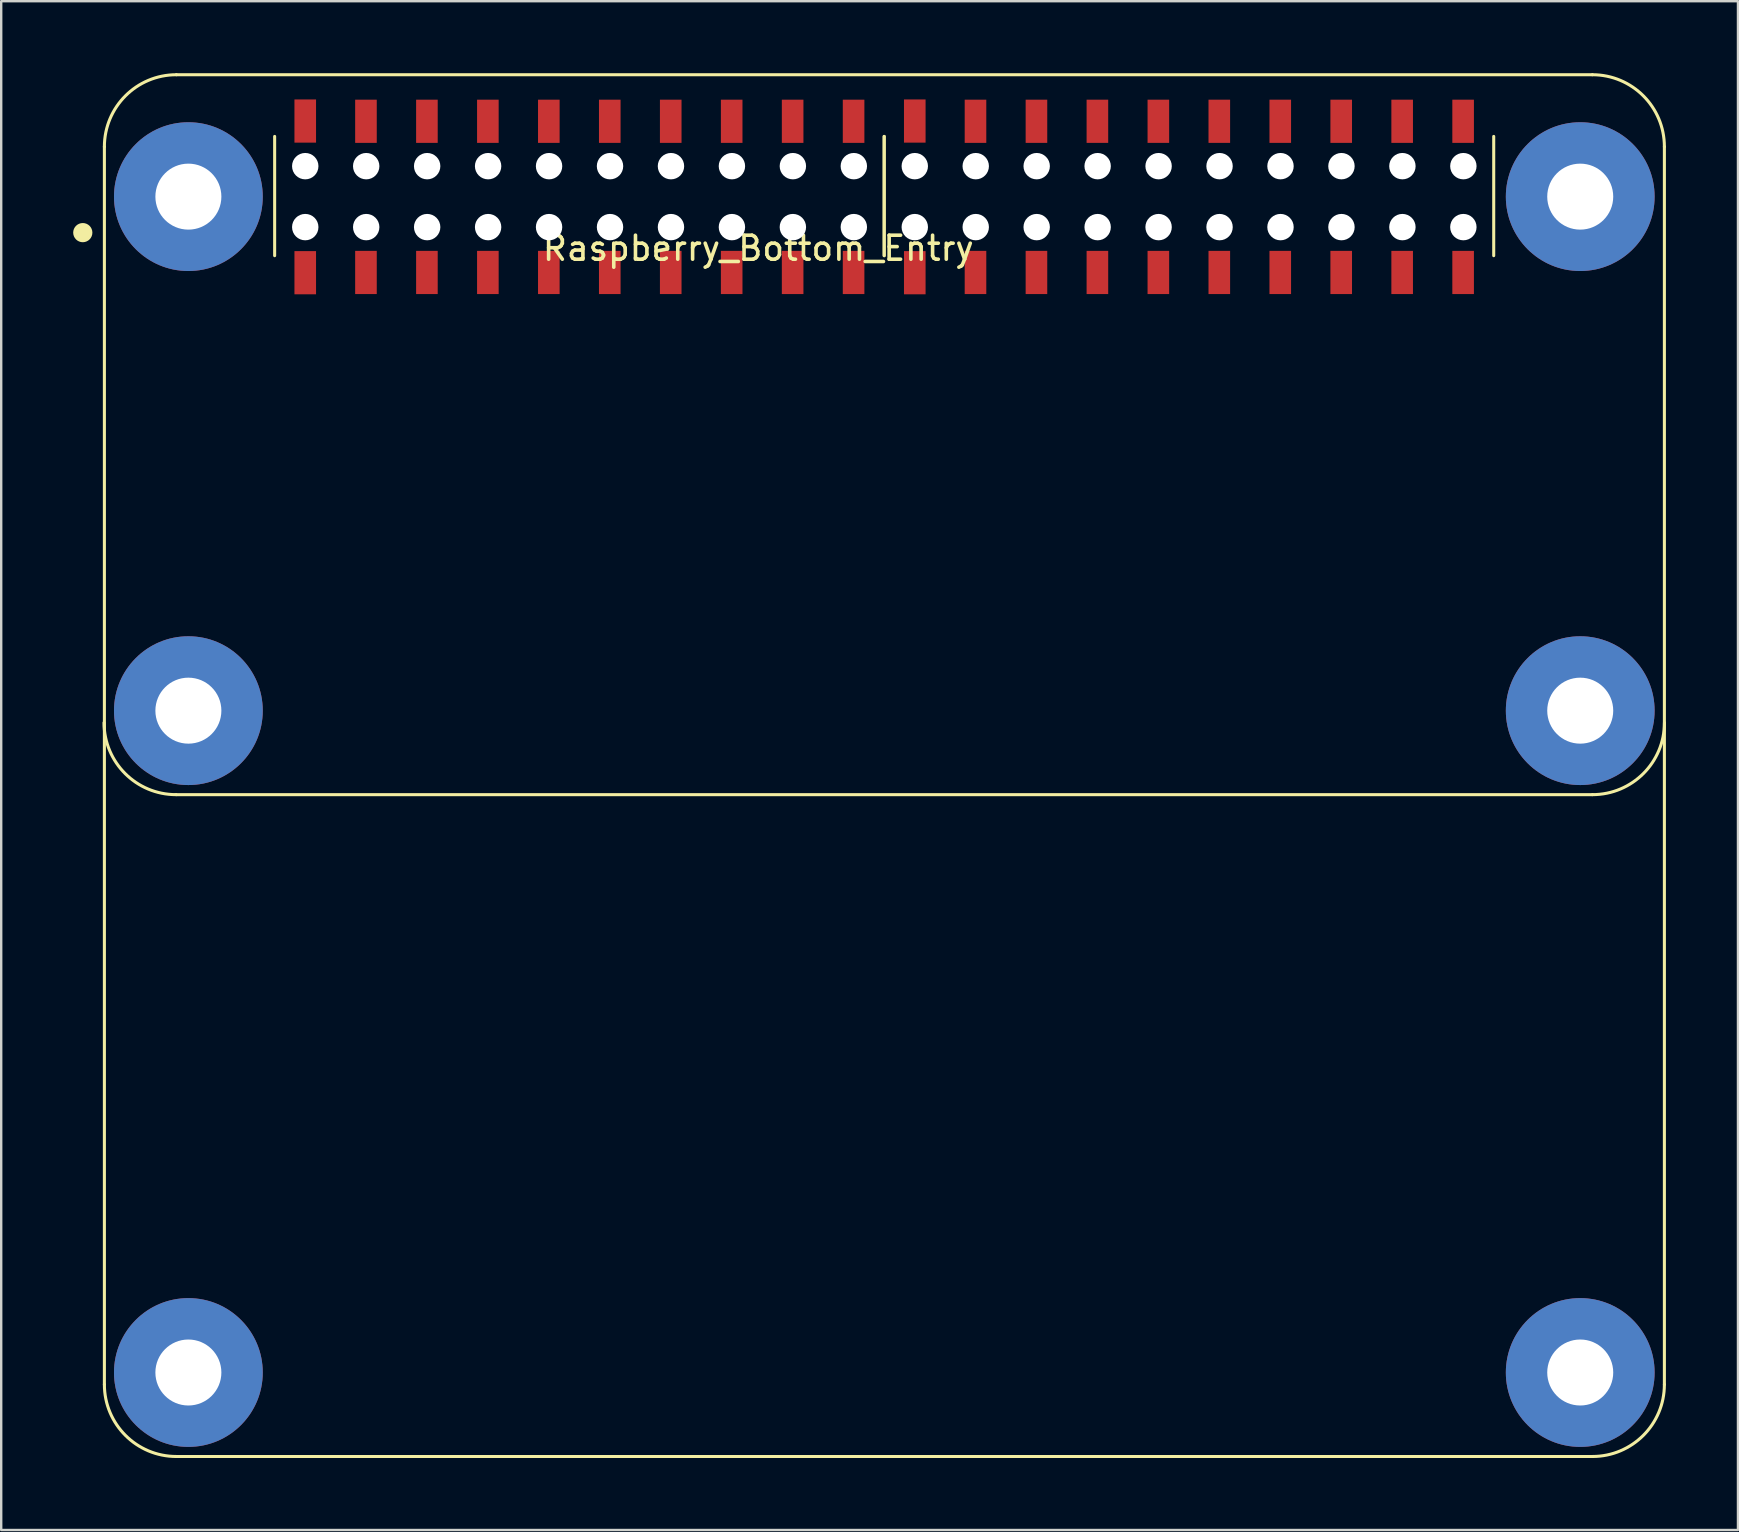
<source format=kicad_pcb>
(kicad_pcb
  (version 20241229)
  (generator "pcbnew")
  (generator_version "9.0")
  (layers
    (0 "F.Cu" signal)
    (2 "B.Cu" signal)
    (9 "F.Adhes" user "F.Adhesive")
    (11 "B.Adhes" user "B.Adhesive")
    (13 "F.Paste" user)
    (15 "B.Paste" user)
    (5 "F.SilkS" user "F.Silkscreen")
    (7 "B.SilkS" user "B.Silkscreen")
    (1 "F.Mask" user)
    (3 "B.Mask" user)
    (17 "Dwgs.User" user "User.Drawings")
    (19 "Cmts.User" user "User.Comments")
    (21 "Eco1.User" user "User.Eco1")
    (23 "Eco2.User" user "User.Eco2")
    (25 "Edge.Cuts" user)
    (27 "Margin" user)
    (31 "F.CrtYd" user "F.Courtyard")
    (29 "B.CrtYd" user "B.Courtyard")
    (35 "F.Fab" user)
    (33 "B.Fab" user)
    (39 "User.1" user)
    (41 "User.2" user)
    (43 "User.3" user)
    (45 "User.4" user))
  (footprint "Raspberry_Bottom_Entry"
    (layer "F.Cu")
    (at 32.525 24.194)
    (property "Reference" "Raspberry_Bottom_Entry" (at -3.975 -16.898 0) (layer "F.SilkS") (effects (font (size 1 1) (thickness 0.15))))
    (attr smd)
    (fp_line (start -31.225 -21.13) (end -31.225 30.45) (stroke (width 0.127) (type solid)) (layer "F.SilkS"))
    (fp_line (start -28.239 5.87) (end 30.785 5.87) (stroke (width 0.127) (type solid)) (layer "F.SilkS"))
    (fp_line (start -28.225 33.45) (end 30.782 33.45) (stroke (width 0.127) (type solid)) (layer "F.SilkS"))
    (fp_line (start -24.13 -21.56) (end -24.13 -16.59) (stroke (width 0.127) (type solid)) (layer "F.SilkS"))
    (fp_line (start 1.27 -21.56) (end 1.27 -16.59) (stroke (width 0.127) (type solid)) (layer "F.SilkS"))
    (fp_line (start 1.27 -16.59) (end 1.27 -21.56) (stroke (width 0.127) (type solid)) (layer "F.SilkS"))
    (fp_line (start 26.67 -16.59) (end 26.67 -21.56) (stroke (width 0.127) (type solid)) (layer "F.SilkS"))
    (fp_line (start 30.782 -24.13) (end -28.225 -24.13) (stroke (width 0.127) (type solid)) (layer "F.SilkS"))
    (fp_line (start 33.782 30.45) (end 33.782 -21.13) (stroke (width 0.127) (type solid)) (layer "F.SilkS"))
    (fp_arc (start -31.225 -21.13) (mid -30.34632 -23.25132) (end -28.225 -24.13) (stroke (width 0.127) (type solid)) (layer "F.SilkS"))
    (fp_arc (start -28.2392 5.87) (mid -30.36052 4.99132) (end -31.2392 2.87) (stroke (width 0.127) (type solid)) (layer "F.SilkS"))
    (fp_arc (start -28.225 33.45) (mid -30.34632 32.57132) (end -31.225 30.45) (stroke (width 0.127) (type solid)) (layer "F.SilkS"))
    (fp_arc (start 30.782 -24.13) (mid 32.90332 -23.25132) (end 33.782 -21.13) (stroke (width 0.127) (type solid)) (layer "F.SilkS"))
    (fp_arc (start 33.782 30.45) (mid 32.90332 32.57132) (end 30.782 33.45) (stroke (width 0.127) (type solid)) (layer "F.SilkS"))
    (fp_arc (start 33.7848 2.87) (mid 32.90612 4.99132) (end 30.7848 5.87) (stroke (width 0.127) (type solid)) (layer "F.SilkS"))
    (fp_circle (center -32.125 -17.55) (end -31.925 -17.55) (stroke (width 0.4) (type solid)) (fill no) (layer "F.SilkS"))
    (pad "" np_thru_hole circle (at -22.855 -20.32) (size 1.1 1.1) (drill 1.1) (layers "*.Cu" "*.Mask"))
    (pad "" np_thru_hole circle (at -22.855 -17.78) (size 1.1 1.1) (drill 1.1) (layers "*.Cu" "*.Mask"))
    (pad "" np_thru_hole circle (at -20.315 -20.32) (size 1.1 1.1) (drill 1.1) (layers "*.Cu" "*.Mask"))
    (pad "" np_thru_hole circle (at -20.315 -17.78) (size 1.1 1.1) (drill 1.1) (layers "*.Cu" "*.Mask"))
    (pad "" np_thru_hole circle (at -17.775 -20.32) (size 1.1 1.1) (drill 1.1) (layers "*.Cu" "*.Mask"))
    (pad "" np_thru_hole circle (at -17.775 -17.78) (size 1.1 1.1) (drill 1.1) (layers "*.Cu" "*.Mask"))
    (pad "" np_thru_hole circle (at -15.235 -20.32) (size 1.1 1.1) (drill 1.1) (layers "*.Cu" "*.Mask"))
    (pad "" np_thru_hole circle (at -15.235 -17.78) (size 1.1 1.1) (drill 1.1) (layers "*.Cu" "*.Mask"))
    (pad "" np_thru_hole circle (at -12.695 -20.32) (size 1.1 1.1) (drill 1.1) (layers "*.Cu" "*.Mask"))
    (pad "" np_thru_hole circle (at -12.695 -17.78) (size 1.1 1.1) (drill 1.1) (layers "*.Cu" "*.Mask"))
    (pad "" np_thru_hole circle (at -10.155 -20.32) (size 1.1 1.1) (drill 1.1) (layers "*.Cu" "*.Mask"))
    (pad "" np_thru_hole circle (at -10.155 -17.78) (size 1.1 1.1) (drill 1.1) (layers "*.Cu" "*.Mask"))
    (pad "" np_thru_hole circle (at -7.615 -20.32) (size 1.1 1.1) (drill 1.1) (layers "*.Cu" "*.Mask"))
    (pad "" np_thru_hole circle (at -7.615 -17.78) (size 1.1 1.1) (drill 1.1) (layers "*.Cu" "*.Mask"))
    (pad "" np_thru_hole circle (at -5.075 -20.32) (size 1.1 1.1) (drill 1.1) (layers "*.Cu" "*.Mask"))
    (pad "" np_thru_hole circle (at -5.075 -17.78) (size 1.1 1.1) (drill 1.1) (layers "*.Cu" "*.Mask"))
    (pad "" np_thru_hole circle (at -2.535 -20.32) (size 1.1 1.1) (drill 1.1) (layers "*.Cu" "*.Mask"))
    (pad "" np_thru_hole circle (at -2.535 -17.78) (size 1.1 1.1) (drill 1.1) (layers "*.Cu" "*.Mask"))
    (pad "" np_thru_hole circle (at 0.005 -20.32) (size 1.1 1.1) (drill 1.1) (layers "*.Cu" "*.Mask"))
    (pad "" np_thru_hole circle (at 0.005 -17.78) (size 1.1 1.1) (drill 1.1) (layers "*.Cu" "*.Mask"))
    (pad "" np_thru_hole circle (at 2.545 -20.32) (size 1.1 1.1) (drill 1.1) (layers "*.Cu" "*.Mask"))
    (pad "" np_thru_hole circle (at 2.545 -17.78) (size 1.1 1.1) (drill 1.1) (layers "*.Cu" "*.Mask"))
    (pad "" np_thru_hole circle (at 5.085 -20.32) (size 1.1 1.1) (drill 1.1) (layers "*.Cu" "*.Mask"))
    (pad "" np_thru_hole circle (at 5.085 -17.78) (size 1.1 1.1) (drill 1.1) (layers "*.Cu" "*.Mask"))
    (pad "" np_thru_hole circle (at 7.625 -20.32) (size 1.1 1.1) (drill 1.1) (layers "*.Cu" "*.Mask"))
    (pad "" np_thru_hole circle (at 7.625 -17.78) (size 1.1 1.1) (drill 1.1) (layers "*.Cu" "*.Mask"))
    (pad "" np_thru_hole circle (at 10.165 -20.32) (size 1.1 1.1) (drill 1.1) (layers "*.Cu" "*.Mask"))
    (pad "" np_thru_hole circle (at 10.165 -17.78) (size 1.1 1.1) (drill 1.1) (layers "*.Cu" "*.Mask"))
    (pad "" np_thru_hole circle (at 12.705 -20.32) (size 1.1 1.1) (drill 1.1) (layers "*.Cu" "*.Mask"))
    (pad "" np_thru_hole circle (at 12.705 -17.78) (size 1.1 1.1) (drill 1.1) (layers "*.Cu" "*.Mask"))
    (pad "" np_thru_hole circle (at 15.245 -20.32) (size 1.1 1.1) (drill 1.1) (layers "*.Cu" "*.Mask"))
    (pad "" np_thru_hole circle (at 15.245 -17.78) (size 1.1 1.1) (drill 1.1) (layers "*.Cu" "*.Mask"))
    (pad "" np_thru_hole circle (at 17.785 -20.32) (size 1.1 1.1) (drill 1.1) (layers "*.Cu" "*.Mask"))
    (pad "" np_thru_hole circle (at 17.785 -17.78) (size 1.1 1.1) (drill 1.1) (layers "*.Cu" "*.Mask"))
    (pad "" np_thru_hole circle (at 20.325 -20.32) (size 1.1 1.1) (drill 1.1) (layers "*.Cu" "*.Mask"))
    (pad "" np_thru_hole circle (at 20.325 -17.78) (size 1.1 1.1) (drill 1.1) (layers "*.Cu" "*.Mask"))
    (pad "" np_thru_hole circle (at 22.865 -20.32) (size 1.1 1.1) (drill 1.1) (layers "*.Cu" "*.Mask"))
    (pad "" np_thru_hole circle (at 22.865 -17.78) (size 1.1 1.1) (drill 1.1) (layers "*.Cu" "*.Mask"))
    (pad "" np_thru_hole circle (at 25.405 -20.32) (size 1.1 1.1) (drill 1.1) (layers "*.Cu" "*.Mask"))
    (pad "" np_thru_hole circle (at 25.405 -17.78) (size 1.1 1.1) (drill 1.1) (layers "*.Cu" "*.Mask"))
    (pad "1" smd rect (at -22.855 -15.88 90) (size 1.8 0.9) (layers "F.Cu" "F.Mask" "F.Paste"))
    (pad "2" smd rect (at -22.855 -22.2 90) (size 1.8 0.9) (layers "F.Cu" "F.Mask" "F.Paste"))
    (pad "3" smd rect (at -20.325 -15.89 90) (size 1.8 0.9) (layers "F.Cu" "F.Mask" "F.Paste"))
    (pad "4" smd rect (at -20.325 -22.19 90) (size 1.8 0.9) (layers "F.Cu" "F.Mask" "F.Paste"))
    (pad "5" smd rect (at -17.785 -15.89 90) (size 1.8 0.9) (layers "F.Cu" "F.Mask" "F.Paste"))
    (pad "6" smd rect (at -17.785 -22.19 90) (size 1.8 0.9) (layers "F.Cu" "F.Mask" "F.Paste"))
    (pad "7" smd rect (at -15.245 -15.89 90) (size 1.8 0.9) (layers "F.Cu" "F.Mask" "F.Paste"))
    (pad "8" smd rect (at -15.245 -22.19 90) (size 1.8 0.9) (layers "F.Cu" "F.Mask" "F.Paste"))
    (pad "9" smd rect (at -12.705 -15.89 90) (size 1.8 0.9) (layers "F.Cu" "F.Mask" "F.Paste"))
    (pad "10" smd rect (at -12.705 -22.19 90) (size 1.8 0.9) (layers "F.Cu" "F.Mask" "F.Paste"))
    (pad "11" smd rect (at -10.165 -15.89 90) (size 1.8 0.9) (layers "F.Cu" "F.Mask" "F.Paste"))
    (pad "12" smd rect (at -10.165 -22.19 90) (size 1.8 0.9) (layers "F.Cu" "F.Mask" "F.Paste"))
    (pad "13" smd rect (at -7.625 -15.89 90) (size 1.8 0.9) (layers "F.Cu" "F.Mask" "F.Paste"))
    (pad "14" smd rect (at -7.625 -22.19 90) (size 1.8 0.9) (layers "F.Cu" "F.Mask" "F.Paste"))
    (pad "15" smd rect (at -5.085 -15.89 90) (size 1.8 0.9) (layers "F.Cu" "F.Mask" "F.Paste"))
    (pad "16" smd rect (at -5.085 -22.19 90) (size 1.8 0.9) (layers "F.Cu" "F.Mask" "F.Paste"))
    (pad "17" smd rect (at -2.545 -15.89 90) (size 1.8 0.9) (layers "F.Cu" "F.Mask" "F.Paste"))
    (pad "18" smd rect (at -2.545 -22.19 90) (size 1.8 0.9) (layers "F.Cu" "F.Mask" "F.Paste"))
    (pad "19" smd rect (at -0.005 -15.89 90) (size 1.8 0.9) (layers "F.Cu" "F.Mask" "F.Paste"))
    (pad "20" smd rect (at -0.005 -22.19 90) (size 1.8 0.9) (layers "F.Cu" "F.Mask" "F.Paste"))
    (pad "21" smd rect (at 2.545 -15.88 90) (size 1.8 0.9) (layers "F.Cu" "F.Mask" "F.Paste"))
    (pad "22" smd rect (at 2.545 -22.2 90) (size 1.8 0.9) (layers "F.Cu" "F.Mask" "F.Paste"))
    (pad "23" smd rect (at 5.075 -15.89 90) (size 1.8 0.9) (layers "F.Cu" "F.Mask" "F.Paste"))
    (pad "24" smd rect (at 5.075 -22.19 90) (size 1.8 0.9) (layers "F.Cu" "F.Mask" "F.Paste"))
    (pad "25" smd rect (at 7.615 -15.89 90) (size 1.8 0.9) (layers "F.Cu" "F.Mask" "F.Paste"))
    (pad "26" smd rect (at 7.615 -22.19 90) (size 1.8 0.9) (layers "F.Cu" "F.Mask" "F.Paste"))
    (pad "27" smd rect (at 10.155 -15.89 90) (size 1.8 0.9) (layers "F.Cu" "F.Mask" "F.Paste"))
    (pad "28" smd rect (at 10.155 -22.19 90) (size 1.8 0.9) (layers "F.Cu" "F.Mask" "F.Paste"))
    (pad "29" smd rect (at 12.695 -15.89 90) (size 1.8 0.9) (layers "F.Cu" "F.Mask" "F.Paste"))
    (pad "30" smd rect (at 12.695 -22.19 90) (size 1.8 0.9) (layers "F.Cu" "F.Mask" "F.Paste"))
    (pad "31" smd rect (at 15.235 -15.89 90) (size 1.8 0.9) (layers "F.Cu" "F.Mask" "F.Paste"))
    (pad "32" smd rect (at 15.235 -22.19 90) (size 1.8 0.9) (layers "F.Cu" "F.Mask" "F.Paste"))
    (pad "33" smd rect (at 17.775 -15.89 90) (size 1.8 0.9) (layers "F.Cu" "F.Mask" "F.Paste"))
    (pad "34" smd rect (at 17.775 -22.19 90) (size 1.8 0.9) (layers "F.Cu" "F.Mask" "F.Paste"))
    (pad "35" smd rect (at 20.315 -15.89 90) (size 1.8 0.9) (layers "F.Cu" "F.Mask" "F.Paste"))
    (pad "36" smd rect (at 20.315 -22.19 90) (size 1.8 0.9) (layers "F.Cu" "F.Mask" "F.Paste"))
    (pad "37" smd rect (at 22.855 -15.89 90) (size 1.8 0.9) (layers "F.Cu" "F.Mask" "F.Paste"))
    (pad "38" smd rect (at 22.855 -22.19 90) (size 1.8 0.9) (layers "F.Cu" "F.Mask" "F.Paste"))
    (pad "39" smd rect (at 25.395 -15.89 90) (size 1.8 0.9) (layers "F.Cu" "F.Mask" "F.Paste"))
    (pad "40" smd rect (at 25.395 -22.19 90) (size 1.8 0.9) (layers "F.Cu" "F.Mask" "F.Paste"))
    (pad "S1" thru_hole circle (at -27.725 -19.05) (size 6.2 6.2) (drill 2.75) (layers "*.Cu" "*.Mask"))
    (pad "S2" thru_hole circle (at 30.275 -19.05) (size 6.2 6.2) (drill 2.75) (layers "*.Cu" "*.Mask"))
    (pad "S3" thru_hole circle (at 30.275 2.37) (size 6.2 6.2) (drill 2.75) (layers "*.Cu" "*.Mask"))
    (pad "S3" thru_hole circle (at 30.275 29.95) (size 6.2 6.2) (drill 2.75) (layers "*.Cu" "*.Mask"))
    (pad "S4" thru_hole circle (at -27.725 2.37) (size 6.2 6.2) (drill 2.75) (layers "*.Cu" "*.Mask"))
    (pad "S4" thru_hole circle (at -27.725 29.95) (size 6.2 6.2) (drill 2.75) (layers "*.Cu" "*.Mask")))
  (gr_rect
    (start -3 -3)
    (end 69.373 60.707)
    (stroke (width 0.1) (type default))
    (fill no)
    (layer "Edge.Cuts")))
</source>
